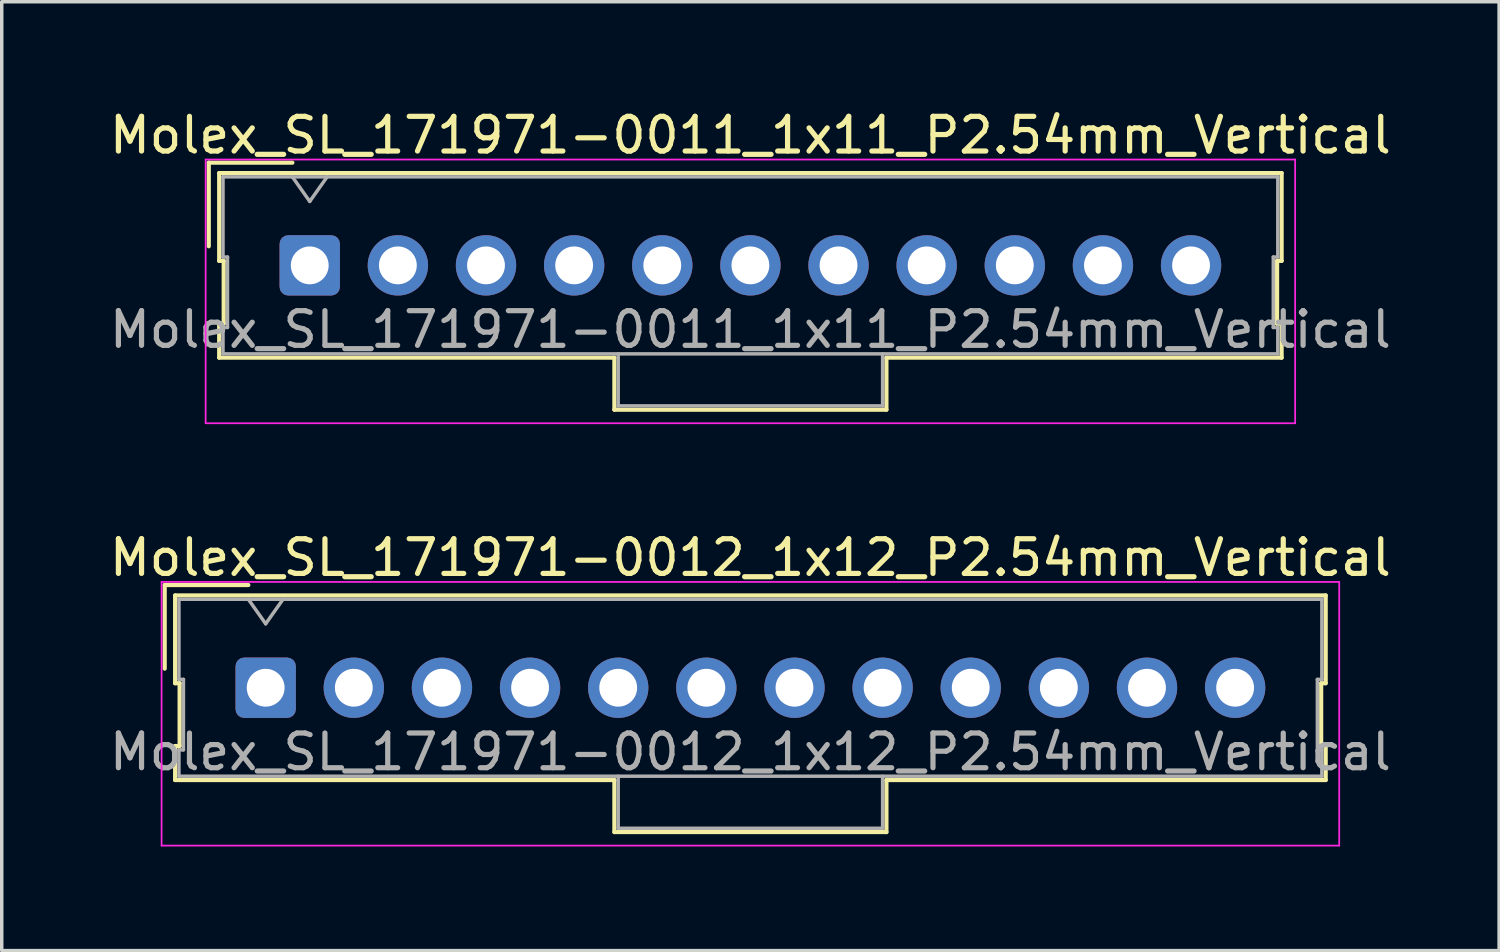
<source format=kicad_pcb>
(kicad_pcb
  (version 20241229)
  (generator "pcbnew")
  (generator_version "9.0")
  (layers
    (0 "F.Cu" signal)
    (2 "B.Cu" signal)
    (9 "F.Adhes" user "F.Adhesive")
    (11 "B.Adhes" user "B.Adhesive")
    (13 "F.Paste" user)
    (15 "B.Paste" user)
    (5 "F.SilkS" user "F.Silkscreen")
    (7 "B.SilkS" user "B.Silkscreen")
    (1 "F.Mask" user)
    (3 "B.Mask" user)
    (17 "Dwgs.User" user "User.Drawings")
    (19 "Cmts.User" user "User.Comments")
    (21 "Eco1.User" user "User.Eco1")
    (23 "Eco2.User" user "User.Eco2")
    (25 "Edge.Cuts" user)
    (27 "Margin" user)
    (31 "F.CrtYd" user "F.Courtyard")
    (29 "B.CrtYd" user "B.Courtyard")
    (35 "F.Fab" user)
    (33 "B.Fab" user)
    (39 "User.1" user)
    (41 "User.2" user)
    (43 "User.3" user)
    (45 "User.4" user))
  (footprint "Molex_SL_171971-0012_1x12_P2.54mm_Vertical"
    (layer "F.Cu")
    (at 4.607 16.771)
    (property "Reference" "Molex_SL_171971-0012_1x12_P2.54mm_Vertical" (at 13.97 -3.75 0) (layer "F.SilkS") (effects (font (size 1 1) (thickness 0.15))))
    (attr through_hole)
    (fp_line (start -2.91 -2.96) (end -0.5 -2.96) (stroke (width 0.12) (type solid)) (layer "F.SilkS"))
    (fp_line (start -2.91 -0.55) (end -2.91 -2.96) (stroke (width 0.12) (type solid)) (layer "F.SilkS"))
    (fp_line (start -2.61 -2.66) (end -2.61 -0.13) (stroke (width 0.12) (type solid)) (layer "F.SilkS"))
    (fp_line (start -2.61 -0.13) (end -2.48 -0.13) (stroke (width 0.12) (type solid)) (layer "F.SilkS"))
    (fp_line (start -2.61 1.68) (end -2.61 2.66) (stroke (width 0.12) (type solid)) (layer "F.SilkS"))
    (fp_line (start -2.61 2.66) (end 10.05 2.66) (stroke (width 0.12) (type solid)) (layer "F.SilkS"))
    (fp_line (start -2.48 -0.13) (end -2.48 1.68) (stroke (width 0.12) (type solid)) (layer "F.SilkS"))
    (fp_line (start -2.48 1.68) (end -2.61 1.68) (stroke (width 0.12) (type solid)) (layer "F.SilkS"))
    (fp_line (start 10.05 2.66) (end 10.05 4.16) (stroke (width 0.12) (type solid)) (layer "F.SilkS"))
    (fp_line (start 10.05 4.16) (end 17.89 4.16) (stroke (width 0.12) (type solid)) (layer "F.SilkS"))
    (fp_line (start 17.89 2.66) (end 30.55 2.66) (stroke (width 0.12) (type solid)) (layer "F.SilkS"))
    (fp_line (start 17.89 4.16) (end 17.89 2.66) (stroke (width 0.12) (type solid)) (layer "F.SilkS"))
    (fp_line (start 30.42 -0.13) (end 30.55 -0.13) (stroke (width 0.12) (type solid)) (layer "F.SilkS"))
    (fp_line (start 30.42 1.68) (end 30.42 -0.13) (stroke (width 0.12) (type solid)) (layer "F.SilkS"))
    (fp_line (start 30.55 -2.66) (end -2.61 -2.66) (stroke (width 0.12) (type solid)) (layer "F.SilkS"))
    (fp_line (start 30.55 -0.13) (end 30.55 -2.66) (stroke (width 0.12) (type solid)) (layer "F.SilkS"))
    (fp_line (start 30.55 1.68) (end 30.42 1.68) (stroke (width 0.12) (type solid)) (layer "F.SilkS"))
    (fp_line (start 30.55 2.66) (end 30.55 1.68) (stroke (width 0.12) (type solid)) (layer "F.SilkS"))
    (fp_line (start -3 -3.05) (end -3 4.55) (stroke (width 0.05) (type solid)) (layer "F.CrtYd"))
    (fp_line (start -3 4.55) (end 30.94 4.55) (stroke (width 0.05) (type solid)) (layer "F.CrtYd"))
    (fp_line (start 30.94 -3.05) (end -3 -3.05) (stroke (width 0.05) (type solid)) (layer "F.CrtYd"))
    (fp_line (start 30.94 4.55) (end 30.94 -3.05) (stroke (width 0.05) (type solid)) (layer "F.CrtYd"))
    (fp_line (start -2.5 -2.55) (end -2.5 -0.24) (stroke (width 0.1) (type solid)) (layer "F.Fab"))
    (fp_line (start -2.5 -0.24) (end -2.37 -0.24) (stroke (width 0.1) (type solid)) (layer "F.Fab"))
    (fp_line (start -2.5 1.79) (end -2.5 2.55) (stroke (width 0.1) (type solid)) (layer "F.Fab"))
    (fp_line (start -2.5 2.55) (end 30.44 2.55) (stroke (width 0.1) (type solid)) (layer "F.Fab"))
    (fp_line (start -2.37 -0.24) (end -2.37 1.79) (stroke (width 0.1) (type solid)) (layer "F.Fab"))
    (fp_line (start -2.37 1.79) (end -2.5 1.79) (stroke (width 0.1) (type solid)) (layer "F.Fab"))
    (fp_line (start 0 -1.843) (end -0.5 -2.55) (stroke (width 0.1) (type solid)) (layer "F.Fab"))
    (fp_line (start 0.5 -2.55) (end 0 -1.843) (stroke (width 0.1) (type solid)) (layer "F.Fab"))
    (fp_line (start 10.16 2.55) (end 10.16 4.05) (stroke (width 0.1) (type solid)) (layer "F.Fab"))
    (fp_line (start 10.16 4.05) (end 17.78 4.05) (stroke (width 0.1) (type solid)) (layer "F.Fab"))
    (fp_line (start 17.78 4.05) (end 17.78 2.55) (stroke (width 0.1) (type solid)) (layer "F.Fab"))
    (fp_line (start 30.31 -0.24) (end 30.44 -0.24) (stroke (width 0.1) (type solid)) (layer "F.Fab"))
    (fp_line (start 30.31 1.79) (end 30.31 -0.24) (stroke (width 0.1) (type solid)) (layer "F.Fab"))
    (fp_line (start 30.44 -2.55) (end -2.5 -2.55) (stroke (width 0.1) (type solid)) (layer "F.Fab"))
    (fp_line (start 30.44 -0.24) (end 30.44 -2.55) (stroke (width 0.1) (type solid)) (layer "F.Fab"))
    (fp_line (start 30.44 1.79) (end 30.31 1.79) (stroke (width 0.1) (type solid)) (layer "F.Fab"))
    (fp_line (start 30.44 2.55) (end 30.44 1.79) (stroke (width 0.1) (type solid)) (layer "F.Fab"))
    (fp_text user "${REFERENCE}" (at 13.97 1.85 0) (layer "F.Fab") (effects (font (size 1 1) (thickness 0.15))))
    (pad "1" thru_hole roundrect (at 0 0) (size 1.74 1.74) (drill 1.09) (layers "*.Cu" "*.Mask") (roundrect_rratio 0.144))
    (pad "2" thru_hole circle (at 2.54 0) (size 1.74 1.74) (drill 1.09) (layers "*.Cu" "*.Mask"))
    (pad "3" thru_hole circle (at 5.08 0) (size 1.74 1.74) (drill 1.09) (layers "*.Cu" "*.Mask"))
    (pad "4" thru_hole circle (at 7.62 0) (size 1.74 1.74) (drill 1.09) (layers "*.Cu" "*.Mask"))
    (pad "5" thru_hole circle (at 10.16 0) (size 1.74 1.74) (drill 1.09) (layers "*.Cu" "*.Mask"))
    (pad "6" thru_hole circle (at 12.7 0) (size 1.74 1.74) (drill 1.09) (layers "*.Cu" "*.Mask"))
    (pad "7" thru_hole circle (at 15.24 0) (size 1.74 1.74) (drill 1.09) (layers "*.Cu" "*.Mask"))
    (pad "8" thru_hole circle (at 17.78 0) (size 1.74 1.74) (drill 1.09) (layers "*.Cu" "*.Mask"))
    (pad "9" thru_hole circle (at 20.32 0) (size 1.74 1.74) (drill 1.09) (layers "*.Cu" "*.Mask"))
    (pad "10" thru_hole circle (at 22.86 0) (size 1.74 1.74) (drill 1.09) (layers "*.Cu" "*.Mask"))
    (pad "11" thru_hole circle (at 25.4 0) (size 1.74 1.74) (drill 1.09) (layers "*.Cu" "*.Mask"))
    (pad "12" thru_hole circle (at 27.94 0) (size 1.74 1.74) (drill 1.09) (layers "*.Cu" "*.Mask")))
  (footprint "Molex_SL_171971-0011_1x11_P2.54mm_Vertical"
    (layer "F.Cu")
    (at 5.877 4.598)
    (property "Reference" "Molex_SL_171971-0011_1x11_P2.54mm_Vertical" (at 12.7 -3.75 0) (layer "F.SilkS") (effects (font (size 1 1) (thickness 0.15))))
    (attr through_hole)
    (fp_line (start -2.91 -2.96) (end -0.5 -2.96) (stroke (width 0.12) (type solid)) (layer "F.SilkS"))
    (fp_line (start -2.91 -0.55) (end -2.91 -2.96) (stroke (width 0.12) (type solid)) (layer "F.SilkS"))
    (fp_line (start -2.61 -2.66) (end -2.61 -0.13) (stroke (width 0.12) (type solid)) (layer "F.SilkS"))
    (fp_line (start -2.61 -0.13) (end -2.48 -0.13) (stroke (width 0.12) (type solid)) (layer "F.SilkS"))
    (fp_line (start -2.61 1.68) (end -2.61 2.66) (stroke (width 0.12) (type solid)) (layer "F.SilkS"))
    (fp_line (start -2.61 2.66) (end 8.78 2.66) (stroke (width 0.12) (type solid)) (layer "F.SilkS"))
    (fp_line (start -2.48 -0.13) (end -2.48 1.68) (stroke (width 0.12) (type solid)) (layer "F.SilkS"))
    (fp_line (start -2.48 1.68) (end -2.61 1.68) (stroke (width 0.12) (type solid)) (layer "F.SilkS"))
    (fp_line (start 8.78 2.66) (end 8.78 4.16) (stroke (width 0.12) (type solid)) (layer "F.SilkS"))
    (fp_line (start 8.78 4.16) (end 16.62 4.16) (stroke (width 0.12) (type solid)) (layer "F.SilkS"))
    (fp_line (start 16.62 2.66) (end 28.01 2.66) (stroke (width 0.12) (type solid)) (layer "F.SilkS"))
    (fp_line (start 16.62 4.16) (end 16.62 2.66) (stroke (width 0.12) (type solid)) (layer "F.SilkS"))
    (fp_line (start 27.88 -0.13) (end 28.01 -0.13) (stroke (width 0.12) (type solid)) (layer "F.SilkS"))
    (fp_line (start 27.88 1.68) (end 27.88 -0.13) (stroke (width 0.12) (type solid)) (layer "F.SilkS"))
    (fp_line (start 28.01 -2.66) (end -2.61 -2.66) (stroke (width 0.12) (type solid)) (layer "F.SilkS"))
    (fp_line (start 28.01 -0.13) (end 28.01 -2.66) (stroke (width 0.12) (type solid)) (layer "F.SilkS"))
    (fp_line (start 28.01 1.68) (end 27.88 1.68) (stroke (width 0.12) (type solid)) (layer "F.SilkS"))
    (fp_line (start 28.01 2.66) (end 28.01 1.68) (stroke (width 0.12) (type solid)) (layer "F.SilkS"))
    (fp_line (start -3 -3.05) (end -3 4.55) (stroke (width 0.05) (type solid)) (layer "F.CrtYd"))
    (fp_line (start -3 4.55) (end 28.4 4.55) (stroke (width 0.05) (type solid)) (layer "F.CrtYd"))
    (fp_line (start 28.4 -3.05) (end -3 -3.05) (stroke (width 0.05) (type solid)) (layer "F.CrtYd"))
    (fp_line (start 28.4 4.55) (end 28.4 -3.05) (stroke (width 0.05) (type solid)) (layer "F.CrtYd"))
    (fp_line (start -2.5 -2.55) (end -2.5 -0.24) (stroke (width 0.1) (type solid)) (layer "F.Fab"))
    (fp_line (start -2.5 -0.24) (end -2.37 -0.24) (stroke (width 0.1) (type solid)) (layer "F.Fab"))
    (fp_line (start -2.5 1.79) (end -2.5 2.55) (stroke (width 0.1) (type solid)) (layer "F.Fab"))
    (fp_line (start -2.5 2.55) (end 27.9 2.55) (stroke (width 0.1) (type solid)) (layer "F.Fab"))
    (fp_line (start -2.37 -0.24) (end -2.37 1.79) (stroke (width 0.1) (type solid)) (layer "F.Fab"))
    (fp_line (start -2.37 1.79) (end -2.5 1.79) (stroke (width 0.1) (type solid)) (layer "F.Fab"))
    (fp_line (start 0 -1.843) (end -0.5 -2.55) (stroke (width 0.1) (type solid)) (layer "F.Fab"))
    (fp_line (start 0.5 -2.55) (end 0 -1.843) (stroke (width 0.1) (type solid)) (layer "F.Fab"))
    (fp_line (start 8.89 2.55) (end 8.89 4.05) (stroke (width 0.1) (type solid)) (layer "F.Fab"))
    (fp_line (start 8.89 4.05) (end 16.51 4.05) (stroke (width 0.1) (type solid)) (layer "F.Fab"))
    (fp_line (start 16.51 4.05) (end 16.51 2.55) (stroke (width 0.1) (type solid)) (layer "F.Fab"))
    (fp_line (start 27.77 -0.24) (end 27.9 -0.24) (stroke (width 0.1) (type solid)) (layer "F.Fab"))
    (fp_line (start 27.77 1.79) (end 27.77 -0.24) (stroke (width 0.1) (type solid)) (layer "F.Fab"))
    (fp_line (start 27.9 -2.55) (end -2.5 -2.55) (stroke (width 0.1) (type solid)) (layer "F.Fab"))
    (fp_line (start 27.9 -0.24) (end 27.9 -2.55) (stroke (width 0.1) (type solid)) (layer "F.Fab"))
    (fp_line (start 27.9 1.79) (end 27.77 1.79) (stroke (width 0.1) (type solid)) (layer "F.Fab"))
    (fp_line (start 27.9 2.55) (end 27.9 1.79) (stroke (width 0.1) (type solid)) (layer "F.Fab"))
    (fp_text user "${REFERENCE}" (at 12.7 1.85 0) (layer "F.Fab") (effects (font (size 1 1) (thickness 0.15))))
    (pad "1" thru_hole roundrect (at 0 0) (size 1.74 1.74) (drill 1.09) (layers "*.Cu" "*.Mask") (roundrect_rratio 0.144))
    (pad "2" thru_hole circle (at 2.54 0) (size 1.74 1.74) (drill 1.09) (layers "*.Cu" "*.Mask"))
    (pad "3" thru_hole circle (at 5.08 0) (size 1.74 1.74) (drill 1.09) (layers "*.Cu" "*.Mask"))
    (pad "4" thru_hole circle (at 7.62 0) (size 1.74 1.74) (drill 1.09) (layers "*.Cu" "*.Mask"))
    (pad "5" thru_hole circle (at 10.16 0) (size 1.74 1.74) (drill 1.09) (layers "*.Cu" "*.Mask"))
    (pad "6" thru_hole circle (at 12.7 0) (size 1.74 1.74) (drill 1.09) (layers "*.Cu" "*.Mask"))
    (pad "7" thru_hole circle (at 15.24 0) (size 1.74 1.74) (drill 1.09) (layers "*.Cu" "*.Mask"))
    (pad "8" thru_hole circle (at 17.78 0) (size 1.74 1.74) (drill 1.09) (layers "*.Cu" "*.Mask"))
    (pad "9" thru_hole circle (at 20.32 0) (size 1.74 1.74) (drill 1.09) (layers "*.Cu" "*.Mask"))
    (pad "10" thru_hole circle (at 22.86 0) (size 1.74 1.74) (drill 1.09) (layers "*.Cu" "*.Mask"))
    (pad "11" thru_hole circle (at 25.4 0) (size 1.74 1.74) (drill 1.09) (layers "*.Cu" "*.Mask")))
  (gr_rect
    (start -3 -3)
    (end 40.155 24.346)
    (stroke (width 0.1) (type default))
    (fill no)
    (layer "Edge.Cuts")))
</source>
